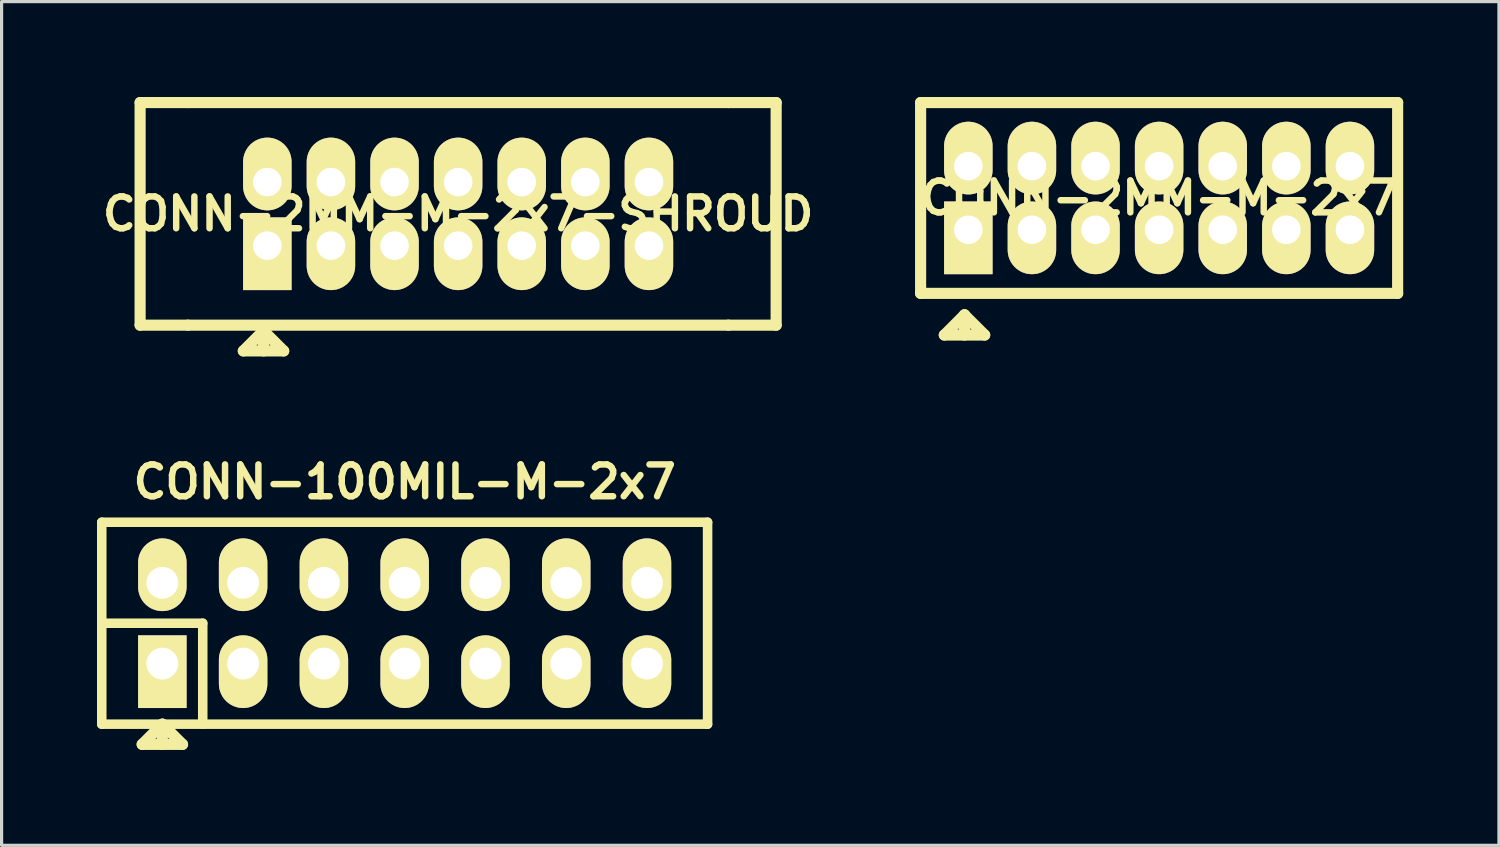
<source format=kicad_pcb>
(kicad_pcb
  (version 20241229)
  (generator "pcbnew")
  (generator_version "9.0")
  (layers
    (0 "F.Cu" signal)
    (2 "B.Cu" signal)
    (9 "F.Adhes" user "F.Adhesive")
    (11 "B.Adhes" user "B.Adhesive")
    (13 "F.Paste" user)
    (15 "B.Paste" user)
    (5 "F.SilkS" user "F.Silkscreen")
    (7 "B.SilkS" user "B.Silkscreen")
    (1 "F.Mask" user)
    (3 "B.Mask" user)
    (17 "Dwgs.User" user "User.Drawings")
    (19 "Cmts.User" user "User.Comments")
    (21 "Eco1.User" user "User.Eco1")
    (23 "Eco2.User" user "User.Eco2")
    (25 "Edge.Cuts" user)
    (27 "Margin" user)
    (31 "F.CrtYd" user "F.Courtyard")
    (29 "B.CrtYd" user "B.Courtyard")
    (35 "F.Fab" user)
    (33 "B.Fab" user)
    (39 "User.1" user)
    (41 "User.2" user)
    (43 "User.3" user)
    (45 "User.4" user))
  (footprint "CONN-2MM-M-2x7"
    (layer "F.Cu")
    (at 33.399 3.175)
    (property "Reference" "CONN-2MM-M-2x7" (at 0 0 0) (layer "F.SilkS") (effects (font (size 1.001 1.001) (thickness 0.203))))
    (attr through_hole)
    (fp_line (start -7.5 -3) (end -7.5 3) (stroke (width 0.35) (type solid)) (layer "F.SilkS"))
    (fp_line (start -7.5 3) (end 7.5 3) (stroke (width 0.35) (type solid)) (layer "F.SilkS"))
    (fp_line (start -6.755 4.31) (end -5.485 4.31) (stroke (width 0.35) (type solid)) (layer "F.SilkS"))
    (fp_line (start -6.12 3.675) (end -6.755 4.31) (stroke (width 0.35) (type solid)) (layer "F.SilkS"))
    (fp_line (start -6.12 3.675) (end -6.12 4.31) (stroke (width 0.35) (type solid)) (layer "F.SilkS"))
    (fp_line (start -5.485 4.31) (end -6.12 3.675) (stroke (width 0.35) (type solid)) (layer "F.SilkS"))
    (fp_line (start 7.5 -3) (end -7.5 -3) (stroke (width 0.35) (type solid)) (layer "F.SilkS"))
    (fp_line (start 7.5 3) (end 7.5 -3) (stroke (width 0.35) (type solid)) (layer "F.SilkS"))
    (pad "1" thru_hole rect (at -6 1) (size 1.524 2.286) (drill 0.9 (offset 0 0.254)) (layers "*.Cu" "*.Mask" "F.SilkS"))
    (pad "2" thru_hole oval (at -6 -1) (size 1.524 2.286) (drill 0.9 (offset 0 -0.254)) (layers "*.Cu" "*.Mask" "F.SilkS"))
    (pad "3" thru_hole oval (at -4 1) (size 1.524 2.286) (drill 0.9 (offset 0 0.254)) (layers "*.Cu" "*.Mask" "F.SilkS"))
    (pad "4" thru_hole oval (at -4 -1) (size 1.524 2.286) (drill 0.9 (offset 0 -0.254)) (layers "*.Cu" "*.Mask" "F.SilkS"))
    (pad "5" thru_hole oval (at -2 1) (size 1.524 2.286) (drill 0.9 (offset 0 0.254)) (layers "*.Cu" "*.Mask" "F.SilkS"))
    (pad "6" thru_hole oval (at -2 -1) (size 1.524 2.286) (drill 0.9 (offset 0 -0.254)) (layers "*.Cu" "*.Mask" "F.SilkS"))
    (pad "7" thru_hole oval (at 0 1) (size 1.524 2.286) (drill 0.9 (offset 0 0.254)) (layers "*.Cu" "*.Mask" "F.SilkS"))
    (pad "8" thru_hole oval (at 0 -1) (size 1.524 2.286) (drill 0.9 (offset 0 -0.254)) (layers "*.Cu" "*.Mask" "F.SilkS"))
    (pad "9" thru_hole oval (at 2 1) (size 1.524 2.286) (drill 0.9 (offset 0 0.254)) (layers "*.Cu" "*.Mask" "F.SilkS"))
    (pad "10" thru_hole oval (at 2 -1) (size 1.524 2.286) (drill 0.9 (offset 0 -0.254)) (layers "*.Cu" "*.Mask" "F.SilkS"))
    (pad "11" thru_hole oval (at 4 1) (size 1.524 2.286) (drill 0.9 (offset 0 0.254)) (layers "*.Cu" "*.Mask" "F.SilkS"))
    (pad "12" thru_hole oval (at 4 -1) (size 1.524 2.286) (drill 0.9 (offset 0 -0.254)) (layers "*.Cu" "*.Mask" "F.SilkS"))
    (pad "13" thru_hole oval (at 6 1) (size 1.524 2.286) (drill 0.9 (offset 0 0.254)) (layers "*.Cu" "*.Mask" "F.SilkS"))
    (pad "14" thru_hole oval (at 6 -1) (size 1.524 2.286) (drill 0.9 (offset 0 -0.254)) (layers "*.Cu" "*.Mask" "F.SilkS")))
  (footprint "CONN-2MM-M-2x7-SHROUD"
    (layer "F.Cu")
    (at 11.356 3.675)
    (property "Reference" "CONN-2MM-M-2x7-SHROUD" (at 0 0 0) (layer "F.SilkS") (effects (font (size 1.001 1.001) (thickness 0.203))))
    (attr through_hole)
    (fp_line (start -10 -3.5) (end -10 3.5) (stroke (width 0.35) (type solid)) (layer "F.SilkS"))
    (fp_line (start -10 3.5) (end -8.5 3.5) (stroke (width 0.35) (type solid)) (layer "F.SilkS"))
    (fp_line (start -8.5 -3.5) (end -10 -3.5) (stroke (width 0.35) (type solid)) (layer "F.SilkS"))
    (fp_line (start -8.5 -3.5) (end 8.5 -3.5) (stroke (width 0.35) (type solid)) (layer "F.SilkS"))
    (fp_line (start -6.755 4.31) (end -5.485 4.31) (stroke (width 0.35) (type solid)) (layer "F.SilkS"))
    (fp_line (start -6.12 3.675) (end -6.755 4.31) (stroke (width 0.35) (type solid)) (layer "F.SilkS"))
    (fp_line (start -6.12 3.675) (end -6.12 4.31) (stroke (width 0.35) (type solid)) (layer "F.SilkS"))
    (fp_line (start -5.485 4.31) (end -6.12 3.675) (stroke (width 0.35) (type solid)) (layer "F.SilkS"))
    (fp_line (start 8.5 -3.5) (end 10 -3.5) (stroke (width 0.35) (type solid)) (layer "F.SilkS"))
    (fp_line (start 8.5 3.5) (end -8.5 3.5) (stroke (width 0.35) (type solid)) (layer "F.SilkS"))
    (fp_line (start 10 -3.5) (end 10 3.5) (stroke (width 0.35) (type solid)) (layer "F.SilkS"))
    (fp_line (start 10 3.5) (end 8.5 3.5) (stroke (width 0.35) (type solid)) (layer "F.SilkS"))
    (pad "1" thru_hole rect (at -6 1) (size 1.524 2.286) (drill 0.9 (offset 0 0.254)) (layers "*.Cu" "*.Mask" "F.SilkS"))
    (pad "2" thru_hole oval (at -6 -1) (size 1.524 2.286) (drill 0.9 (offset 0 -0.254)) (layers "*.Cu" "*.Mask" "F.SilkS"))
    (pad "3" thru_hole oval (at -4 1) (size 1.524 2.286) (drill 0.9 (offset 0 0.254)) (layers "*.Cu" "*.Mask" "F.SilkS"))
    (pad "4" thru_hole oval (at -4 -1) (size 1.524 2.286) (drill 0.9 (offset 0 -0.254)) (layers "*.Cu" "*.Mask" "F.SilkS"))
    (pad "5" thru_hole oval (at -2 1) (size 1.524 2.286) (drill 0.9 (offset 0 0.254)) (layers "*.Cu" "*.Mask" "F.SilkS"))
    (pad "6" thru_hole oval (at -2 -1) (size 1.524 2.286) (drill 0.9 (offset 0 -0.254)) (layers "*.Cu" "*.Mask" "F.SilkS"))
    (pad "7" thru_hole oval (at 0 1) (size 1.524 2.286) (drill 0.9 (offset 0 0.254)) (layers "*.Cu" "*.Mask" "F.SilkS"))
    (pad "8" thru_hole oval (at 0 -1) (size 1.524 2.286) (drill 0.9 (offset 0 -0.254)) (layers "*.Cu" "*.Mask" "F.SilkS"))
    (pad "9" thru_hole oval (at 2 1) (size 1.524 2.286) (drill 0.9 (offset 0 0.254)) (layers "*.Cu" "*.Mask" "F.SilkS"))
    (pad "10" thru_hole oval (at 2 -1) (size 1.524 2.286) (drill 0.9 (offset 0 -0.254)) (layers "*.Cu" "*.Mask" "F.SilkS"))
    (pad "11" thru_hole oval (at 4 1) (size 1.524 2.286) (drill 0.9 (offset 0 0.254)) (layers "*.Cu" "*.Mask" "F.SilkS"))
    (pad "12" thru_hole oval (at 4 -1) (size 1.524 2.286) (drill 0.9 (offset 0 -0.254)) (layers "*.Cu" "*.Mask" "F.SilkS"))
    (pad "13" thru_hole oval (at 6 1) (size 1.524 2.286) (drill 0.9 (offset 0 0.254)) (layers "*.Cu" "*.Mask" "F.SilkS"))
    (pad "14" thru_hole oval (at 6 -1) (size 1.524 2.286) (drill 0.9 (offset 0 -0.254)) (layers "*.Cu" "*.Mask" "F.SilkS")))
  (footprint "CONN-100MIL-M-2x7"
    (layer "F.Cu")
    (at 9.675 16.547)
    (property "Reference" "CONN-100MIL-M-2x7" (at 0 -4.445 0) (layer "F.SilkS") (effects (font (size 1.001 1.001) (thickness 0.203))))
    (attr through_hole)
    (fp_line (start -9.525 -3.175) (end 9.525 -3.175) (stroke (width 0.3) (type solid)) (layer "F.SilkS"))
    (fp_line (start -9.525 0) (end -6.35 0) (stroke (width 0.3) (type solid)) (layer "F.SilkS"))
    (fp_line (start -9.525 3.175) (end -9.525 -3.175) (stroke (width 0.3) (type solid)) (layer "F.SilkS"))
    (fp_line (start -8.255 3.81) (end -6.985 3.81) (stroke (width 0.35) (type solid)) (layer "F.SilkS"))
    (fp_line (start -7.62 3.175) (end -8.255 3.81) (stroke (width 0.35) (type solid)) (layer "F.SilkS"))
    (fp_line (start -7.62 3.175) (end -7.62 3.81) (stroke (width 0.35) (type solid)) (layer "F.SilkS"))
    (fp_line (start -6.985 3.81) (end -7.62 3.175) (stroke (width 0.35) (type solid)) (layer "F.SilkS"))
    (fp_line (start -6.35 0) (end -6.35 3.175) (stroke (width 0.3) (type solid)) (layer "F.SilkS"))
    (fp_line (start 9.525 -3.175) (end 9.525 3.175) (stroke (width 0.3) (type solid)) (layer "F.SilkS"))
    (fp_line (start 9.525 3.175) (end -9.525 3.175) (stroke (width 0.3) (type solid)) (layer "F.SilkS"))
    (pad "1" thru_hole rect (at -7.62 1.27) (size 1.524 2.286) (drill 1 (offset 0 0.254)) (layers "*.Cu" "*.Mask" "F.SilkS"))
    (pad "2" thru_hole oval (at -7.62 -1.27) (size 1.524 2.286) (drill 1 (offset 0 -0.254)) (layers "*.Cu" "*.Mask" "F.SilkS"))
    (pad "3" thru_hole oval (at -5.08 1.27) (size 1.524 2.286) (drill 1 (offset 0 0.254)) (layers "*.Cu" "*.Mask" "F.SilkS"))
    (pad "4" thru_hole oval (at -5.08 -1.27) (size 1.524 2.286) (drill 1 (offset 0 -0.254)) (layers "*.Cu" "*.Mask" "F.SilkS"))
    (pad "5" thru_hole oval (at -2.54 1.27) (size 1.524 2.286) (drill 1 (offset 0 0.254)) (layers "*.Cu" "*.Mask" "F.SilkS"))
    (pad "6" thru_hole oval (at -2.54 -1.27) (size 1.524 2.286) (drill 1 (offset 0 -0.254)) (layers "*.Cu" "*.Mask" "F.SilkS"))
    (pad "7" thru_hole oval (at 0 1.27) (size 1.524 2.286) (drill 1 (offset 0 0.254)) (layers "*.Cu" "*.Mask" "F.SilkS"))
    (pad "8" thru_hole oval (at 0 -1.27) (size 1.524 2.286) (drill 1 (offset 0 -0.254)) (layers "*.Cu" "*.Mask" "F.SilkS"))
    (pad "9" thru_hole oval (at 2.54 1.27) (size 1.524 2.286) (drill 1 (offset 0 0.254)) (layers "*.Cu" "*.Mask" "F.SilkS"))
    (pad "10" thru_hole oval (at 2.54 -1.27) (size 1.524 2.286) (drill 1 (offset 0 -0.254)) (layers "*.Cu" "*.Mask" "F.SilkS"))
    (pad "11" thru_hole oval (at 5.08 1.27) (size 1.524 2.286) (drill 1 (offset 0 0.254)) (layers "*.Cu" "*.Mask" "F.SilkS"))
    (pad "12" thru_hole oval (at 5.08 -1.27) (size 1.524 2.286) (drill 1 (offset 0 -0.254)) (layers "*.Cu" "*.Mask" "F.SilkS"))
    (pad "13" thru_hole oval (at 7.62 1.27) (size 1.524 2.286) (drill 1 (offset 0 0.254)) (layers "*.Cu" "*.Mask" "F.SilkS"))
    (pad "14" thru_hole oval (at 7.62 -1.27) (size 1.524 2.286) (drill 1 (offset 0 -0.254)) (layers "*.Cu" "*.Mask" "F.SilkS")))
  (gr_rect
    (start -3 -3)
    (end 44.085 23.532)
    (stroke (width 0.1) (type default))
    (fill no)
    (layer "Edge.Cuts")))
</source>
